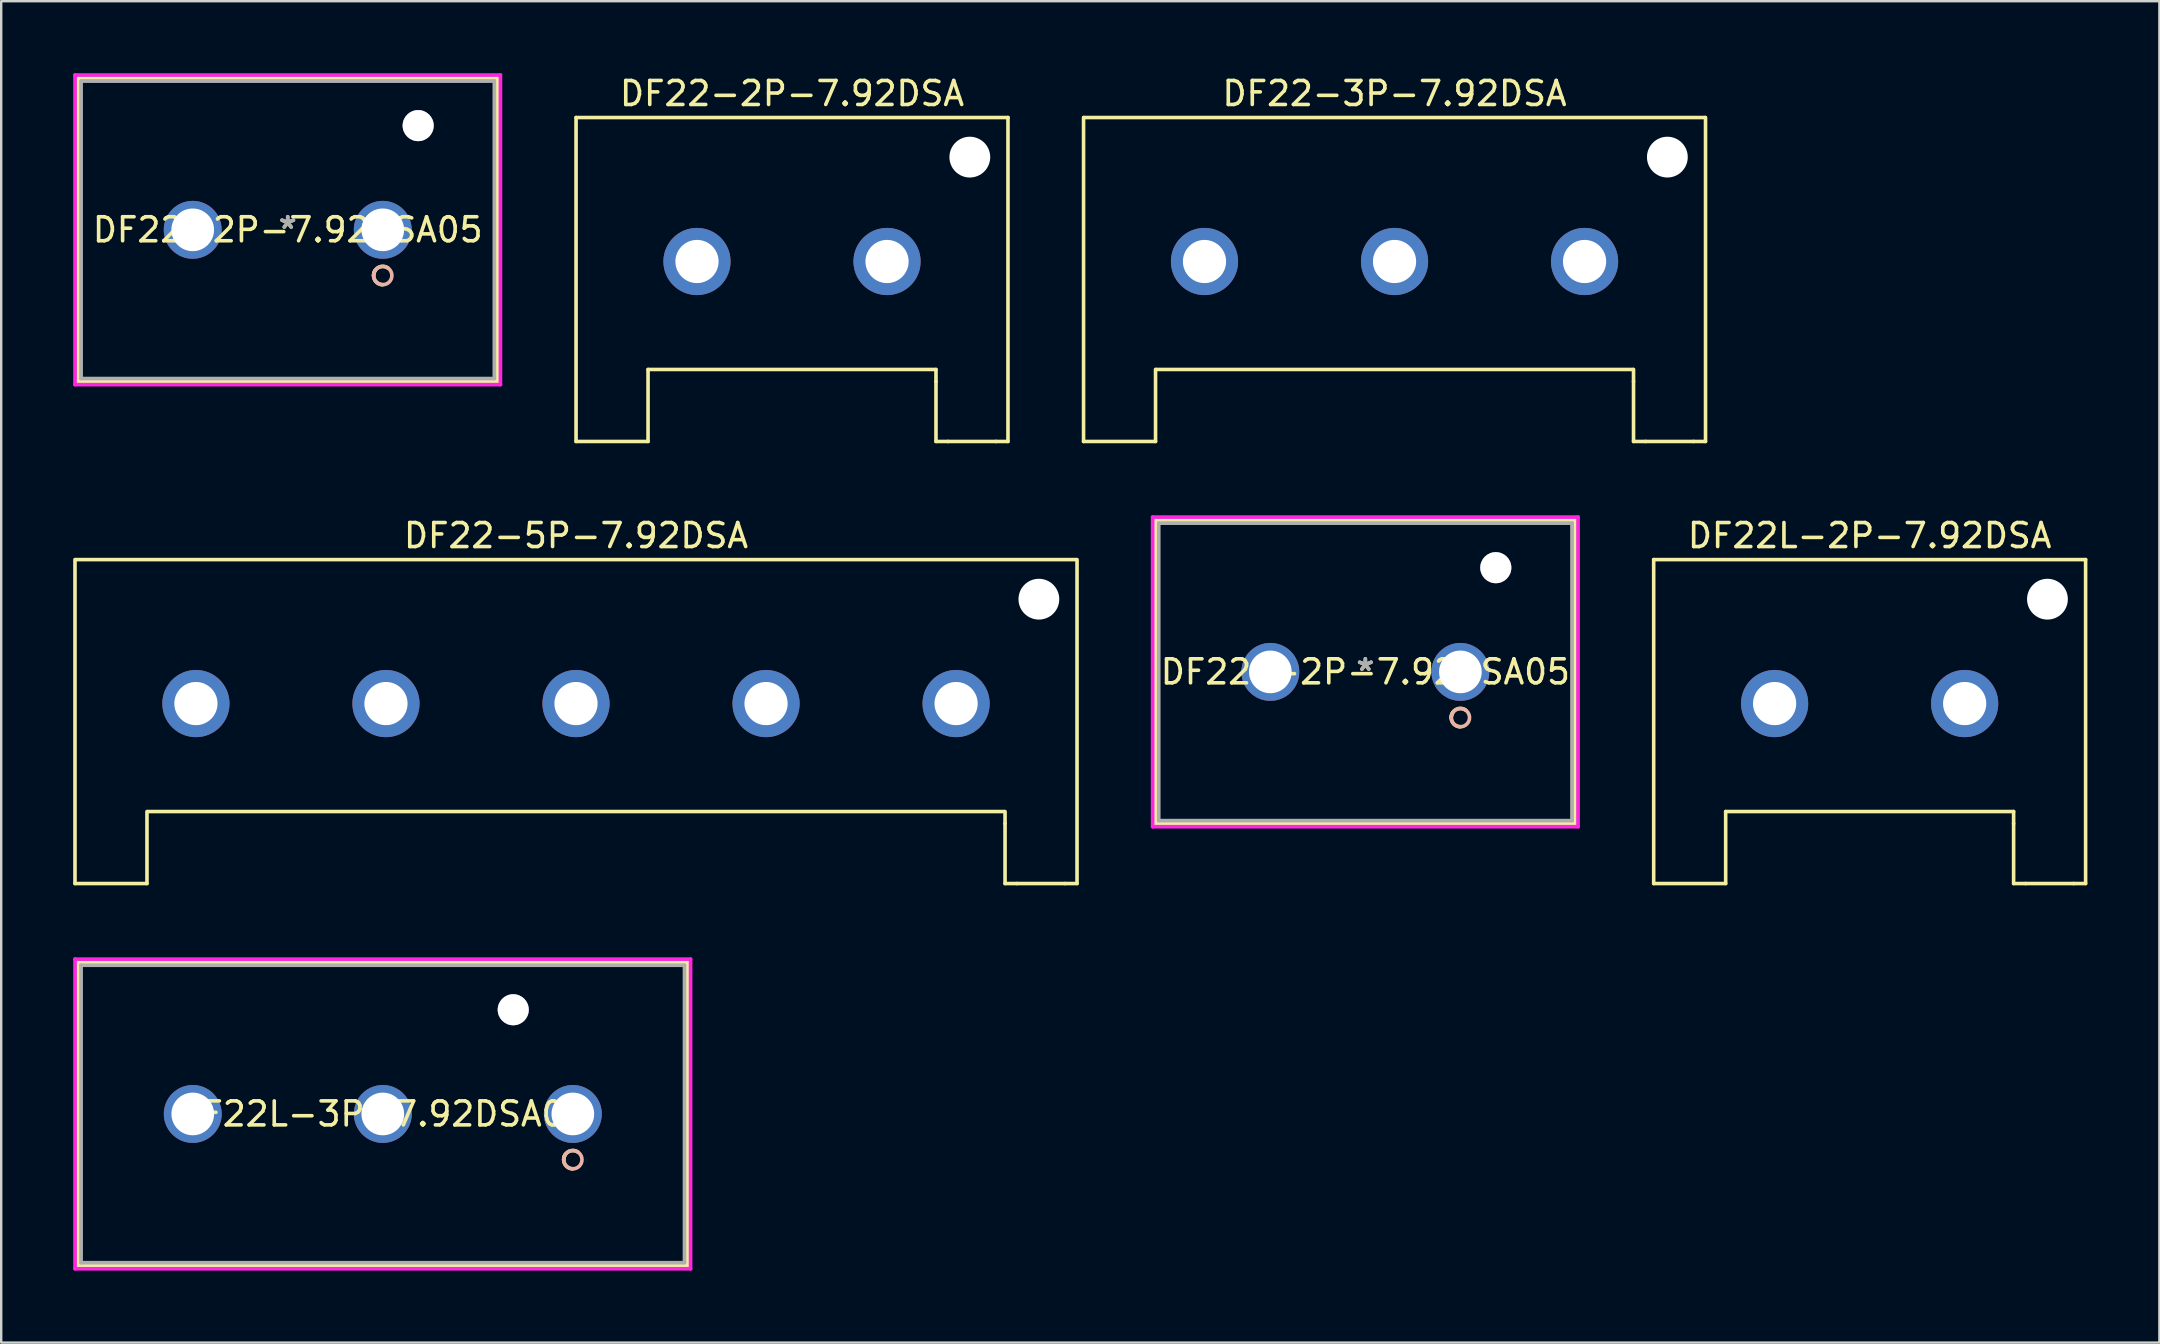
<source format=kicad_pcb>
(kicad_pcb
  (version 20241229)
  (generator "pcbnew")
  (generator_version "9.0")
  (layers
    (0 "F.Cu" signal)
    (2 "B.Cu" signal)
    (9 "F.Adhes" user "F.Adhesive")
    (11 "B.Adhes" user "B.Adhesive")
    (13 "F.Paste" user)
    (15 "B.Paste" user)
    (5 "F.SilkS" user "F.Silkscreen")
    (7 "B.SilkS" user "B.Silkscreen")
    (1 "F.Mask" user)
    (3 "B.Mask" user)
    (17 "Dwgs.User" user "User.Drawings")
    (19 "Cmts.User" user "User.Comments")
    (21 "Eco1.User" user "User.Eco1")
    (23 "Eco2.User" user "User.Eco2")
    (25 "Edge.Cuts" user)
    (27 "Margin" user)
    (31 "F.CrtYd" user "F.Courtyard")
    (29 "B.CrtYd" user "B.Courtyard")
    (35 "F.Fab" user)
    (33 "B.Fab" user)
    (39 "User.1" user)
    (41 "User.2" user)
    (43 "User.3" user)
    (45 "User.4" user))
  (footprint "DF22-2P-7.92DSA05"
    (layer "F.Cu")
    (at 8.941 6.528)
    (property "Reference" "DF22-2P-7.92DSA05" (at 0 0 0) (layer "F.SilkS") (effects (font (size 1 1) (thickness 0.15))))
    (attr through_hole)
    (fp_line (start -8.738 -6.325) (end -8.738 6.325) (stroke (width 0.152) (type solid)) (layer "F.SilkS"))
    (fp_line (start -8.738 6.325) (end 8.738 6.325) (stroke (width 0.152) (type solid)) (layer "F.SilkS"))
    (fp_line (start 8.738 -6.325) (end -8.738 -6.325) (stroke (width 0.152) (type solid)) (layer "F.SilkS"))
    (fp_line (start 8.738 6.325) (end 8.738 -6.325) (stroke (width 0.152) (type solid)) (layer "F.SilkS"))
    (fp_arc (start 3.579 1.905) (mid 3.596315 1.791446) (end 3.646688 1.688213) (stroke (width 0.1524) (type solid)) (layer "F.SilkS"))
    (fp_arc (start 3.96 2.286) (mid 3.596315 1.791446) (end 4.176787 1.591688) (stroke (width 0.1524) (type solid)) (layer "F.SilkS"))
    (fp_circle (center 3.96 1.905) (end 4.341 1.905) (stroke (width 0.152) (type solid)) (fill no) (layer "B.SilkS"))
    (fp_line (start -8.865 -6.452) (end -8.865 6.452) (stroke (width 0.152) (type solid)) (layer "F.CrtYd"))
    (fp_line (start -8.865 6.452) (end 8.865 6.452) (stroke (width 0.152) (type solid)) (layer "F.CrtYd"))
    (fp_line (start 8.865 -6.452) (end -8.865 -6.452) (stroke (width 0.152) (type solid)) (layer "F.CrtYd"))
    (fp_line (start 8.865 6.452) (end 8.865 -6.452) (stroke (width 0.152) (type solid)) (layer "F.CrtYd"))
    (fp_line (start -8.611 -6.198) (end -8.611 6.198) (stroke (width 0.152) (type solid)) (layer "F.Fab"))
    (fp_line (start -8.611 6.198) (end 8.611 6.198) (stroke (width 0.152) (type solid)) (layer "F.Fab"))
    (fp_line (start 8.611 -6.198) (end -8.611 -6.198) (stroke (width 0.152) (type solid)) (layer "F.Fab"))
    (fp_line (start 8.611 6.198) (end 8.611 -6.198) (stroke (width 0.152) (type solid)) (layer "F.Fab"))
    (fp_circle (center 3.96 0) (end 4.214 0) (stroke (width 0.152) (type solid)) (fill no) (layer "F.Fab"))
    (fp_text user "*" (at 0 0 0) (layer "F.SilkS") (effects (font (size 1 1) (thickness 0.15))))
    (fp_text user "Copyright 2016 Accelerated Designs. All rights reserved." (at 0 0 0) (layer "Cmts.User") (effects (font (size 0.127 0.127) (thickness 0.002))))
    (fp_text user "*" (at 0 0 0) (layer "F.Fab") (effects (font (size 1 1) (thickness 0.15))))
    (pad "1" thru_hole circle (at 3.96 0 90) (size 2.413 2.413) (drill 1.778) (layers "*.Cu" "*.Mask"))
    (pad "2" thru_hole circle (at -3.96 0 90) (size 2.413 2.413) (drill 1.778) (layers "*.Cu" "*.Mask"))
    (pad "3" thru_hole circle (at 5.436 -4.343) (size 1.295 1.295) (drill 1.295) (layers "*.Cu" "*.Mask")))
  (footprint "DF22L-2P-7.92DSA05"
    (layer "F.Cu")
    (at 53.851 24.951)
    (property "Reference" "DF22L-2P-7.92DSA05" (at 0 0 0) (layer "F.SilkS") (effects (font (size 1 1) (thickness 0.15))))
    (attr through_hole)
    (fp_line (start -8.738 -6.325) (end -8.738 6.325) (stroke (width 0.152) (type solid)) (layer "F.SilkS"))
    (fp_line (start -8.738 6.325) (end 8.738 6.325) (stroke (width 0.152) (type solid)) (layer "F.SilkS"))
    (fp_line (start 8.738 -6.325) (end -8.738 -6.325) (stroke (width 0.152) (type solid)) (layer "F.SilkS"))
    (fp_line (start 8.738 6.325) (end 8.738 -6.325) (stroke (width 0.152) (type solid)) (layer "F.SilkS"))
    (fp_arc (start 3.579 1.905) (mid 3.596315 1.791446) (end 3.646688 1.688213) (stroke (width 0.1524) (type solid)) (layer "F.SilkS"))
    (fp_arc (start 3.96 2.286) (mid 3.596315 1.791446) (end 4.176787 1.591688) (stroke (width 0.1524) (type solid)) (layer "F.SilkS"))
    (fp_circle (center 3.96 1.905) (end 4.341 1.905) (stroke (width 0.152) (type solid)) (fill no) (layer "B.SilkS"))
    (fp_line (start -8.865 -6.452) (end -8.865 6.452) (stroke (width 0.152) (type solid)) (layer "F.CrtYd"))
    (fp_line (start -8.865 6.452) (end 8.865 6.452) (stroke (width 0.152) (type solid)) (layer "F.CrtYd"))
    (fp_line (start 8.865 -6.452) (end -8.865 -6.452) (stroke (width 0.152) (type solid)) (layer "F.CrtYd"))
    (fp_line (start 8.865 6.452) (end 8.865 -6.452) (stroke (width 0.152) (type solid)) (layer "F.CrtYd"))
    (fp_line (start -8.611 -6.198) (end -8.611 6.198) (stroke (width 0.152) (type solid)) (layer "F.Fab"))
    (fp_line (start -8.611 6.198) (end 8.611 6.198) (stroke (width 0.152) (type solid)) (layer "F.Fab"))
    (fp_line (start 8.611 -6.198) (end -8.611 -6.198) (stroke (width 0.152) (type solid)) (layer "F.Fab"))
    (fp_line (start 8.611 6.198) (end 8.611 -6.198) (stroke (width 0.152) (type solid)) (layer "F.Fab"))
    (fp_circle (center 3.96 0) (end 4.214 0) (stroke (width 0.152) (type solid)) (fill no) (layer "F.Fab"))
    (fp_text user "*" (at 0 0 0) (layer "F.SilkS") (effects (font (size 1 1) (thickness 0.15))))
    (fp_text user "Copyright 2016 Accelerated Designs. All rights reserved." (at 0 0 0) (layer "Cmts.User") (effects (font (size 0.127 0.127) (thickness 0.002))))
    (fp_text user "*" (at 0 0 0) (layer "F.Fab") (effects (font (size 1 1) (thickness 0.15))))
    (pad "1" thru_hole circle (at 3.96 0 90) (size 2.413 2.413) (drill 1.778) (layers "*.Cu" "*.Mask"))
    (pad "2" thru_hole circle (at -3.96 0 90) (size 2.413 2.413) (drill 1.778) (layers "*.Cu" "*.Mask"))
    (pad "3" thru_hole circle (at 5.436 -4.343) (size 1.295 1.295) (drill 1.295) (layers "*.Cu" "*.Mask")))
  (footprint "DF22-3P-7.92DSA"
    (layer "F.Cu")
    (at 55.067 7.848)
    (property "Reference" "DF22-3P-7.92DSA" (at 0 -7 0) (layer "F.SilkS") (effects (font (size 1 1) (thickness 0.15))))
    (attr through_hole)
    (fp_line (start -12.96 -6) (end -12.96 7.5) (stroke (width 0.15) (type solid)) (layer "F.SilkS"))
    (fp_line (start -12.96 7.5) (end -9.96 7.5) (stroke (width 0.15) (type solid)) (layer "F.SilkS"))
    (fp_line (start -12.95 -6) (end 12.95 -6) (stroke (width 0.15) (type solid)) (layer "F.SilkS"))
    (fp_line (start -9.96 7.5) (end -9.96 4.5) (stroke (width 0.15) (type solid)) (layer "F.SilkS"))
    (fp_line (start -9.95 4.5) (end 9.95 4.5) (stroke (width 0.15) (type solid)) (layer "F.SilkS"))
    (fp_line (start 9.96 5) (end 9.96 4.5) (stroke (width 0.15) (type solid)) (layer "F.SilkS"))
    (fp_line (start 9.96 7.5) (end 9.96 5) (stroke (width 0.15) (type solid)) (layer "F.SilkS"))
    (fp_line (start 10.46 7.5) (end 9.96 7.5) (stroke (width 0.15) (type solid)) (layer "F.SilkS"))
    (fp_line (start 10.46 7.5) (end 12.46 7.5) (stroke (width 0.15) (type solid)) (layer "F.SilkS"))
    (fp_line (start 12.46 7.5) (end 12.96 7.5) (stroke (width 0.15) (type solid)) (layer "F.SilkS"))
    (fp_line (start 12.96 7.5) (end 12.96 -6) (stroke (width 0.15) (type solid)) (layer "F.SilkS"))
    (pad "" np_thru_hole circle (at 11.37 -4.35) (size 1.7 1.7) (drill 1.7) (layers "*.Cu" "*.Mask"))
    (pad "1" thru_hole circle (at -7.92 0) (size 2.8 2.8) (drill 1.8) (layers "*.Cu" "*.Mask"))
    (pad "2" thru_hole circle (at 0 0) (size 2.8 2.8) (drill 1.8) (layers "*.Cu" "*.Mask"))
    (pad "3" thru_hole circle (at 7.92 0) (size 2.8 2.8) (drill 1.8) (layers "*.Cu" "*.Mask")))
  (footprint "DF22-2P-7.92DSA"
    (layer "F.Cu")
    (at 29.957 7.848)
    (property "Reference" "DF22-2P-7.92DSA" (at 0 -7 0) (layer "F.SilkS") (effects (font (size 1 1) (thickness 0.15))))
    (attr through_hole)
    (fp_line (start -9 -6) (end -9 7.5) (stroke (width 0.15) (type solid)) (layer "F.SilkS"))
    (fp_line (start -9 7.5) (end -6 7.5) (stroke (width 0.15) (type solid)) (layer "F.SilkS"))
    (fp_line (start -6 7.5) (end -6 4.5) (stroke (width 0.15) (type solid)) (layer "F.SilkS"))
    (fp_line (start 6 4.5) (end -6 4.5) (stroke (width 0.15) (type solid)) (layer "F.SilkS"))
    (fp_line (start 6 5) (end 6 4.5) (stroke (width 0.15) (type solid)) (layer "F.SilkS"))
    (fp_line (start 6 7.5) (end 6 5) (stroke (width 0.15) (type solid)) (layer "F.SilkS"))
    (fp_line (start 6.5 7.5) (end 6 7.5) (stroke (width 0.15) (type solid)) (layer "F.SilkS"))
    (fp_line (start 6.5 7.5) (end 8.5 7.5) (stroke (width 0.15) (type solid)) (layer "F.SilkS"))
    (fp_line (start 8.5 7.5) (end 9 7.5) (stroke (width 0.15) (type solid)) (layer "F.SilkS"))
    (fp_line (start 9 -6) (end -9 -6) (stroke (width 0.15) (type solid)) (layer "F.SilkS"))
    (fp_line (start 9 7.5) (end 9 -6) (stroke (width 0.15) (type solid)) (layer "F.SilkS"))
    (pad "" np_thru_hole circle (at 7.41 -4.35) (size 1.7 1.7) (drill 1.7) (layers "*.Cu" "*.Mask"))
    (pad "1" thru_hole circle (at -3.96 0) (size 2.8 2.8) (drill 1.8) (layers "*.Cu" "*.Mask"))
    (pad "2" thru_hole circle (at 3.96 0) (size 2.8 2.8) (drill 1.8) (layers "*.Cu" "*.Mask")))
  (footprint "DF22L-2P-7.92DSA"
    (layer "F.Cu")
    (at 74.867 26.271)
    (property "Reference" "DF22L-2P-7.92DSA" (at 0 -7 0) (layer "F.SilkS") (effects (font (size 1 1) (thickness 0.15))))
    (attr through_hole)
    (fp_line (start -9 -6) (end -9 7.5) (stroke (width 0.15) (type solid)) (layer "F.SilkS"))
    (fp_line (start -9 7.5) (end -6 7.5) (stroke (width 0.15) (type solid)) (layer "F.SilkS"))
    (fp_line (start -6 7.5) (end -6 4.5) (stroke (width 0.15) (type solid)) (layer "F.SilkS"))
    (fp_line (start 6 4.5) (end -6 4.5) (stroke (width 0.15) (type solid)) (layer "F.SilkS"))
    (fp_line (start 6 5) (end 6 4.5) (stroke (width 0.15) (type solid)) (layer "F.SilkS"))
    (fp_line (start 6 7.5) (end 6 5) (stroke (width 0.15) (type solid)) (layer "F.SilkS"))
    (fp_line (start 6.5 7.5) (end 6 7.5) (stroke (width 0.15) (type solid)) (layer "F.SilkS"))
    (fp_line (start 6.5 7.5) (end 8.5 7.5) (stroke (width 0.15) (type solid)) (layer "F.SilkS"))
    (fp_line (start 8.5 7.5) (end 9 7.5) (stroke (width 0.15) (type solid)) (layer "F.SilkS"))
    (fp_line (start 9 -6) (end -9 -6) (stroke (width 0.15) (type solid)) (layer "F.SilkS"))
    (fp_line (start 9 7.5) (end 9 -6) (stroke (width 0.15) (type solid)) (layer "F.SilkS"))
    (pad "" np_thru_hole circle (at 7.41 -4.35) (size 1.7 1.7) (drill 1.7) (layers "*.Cu" "*.Mask"))
    (pad "1" thru_hole circle (at -3.96 0) (size 2.8 2.8) (drill 1.8) (layers "*.Cu" "*.Mask"))
    (pad "2" thru_hole circle (at 3.96 0) (size 2.8 2.8) (drill 1.8) (layers "*.Cu" "*.Mask")))
  (footprint "DF22L-3P-7.92DSA05"
    (layer "F.Cu")
    (at 12.903 43.374)
    (property "Reference" "DF22L-3P-7.92DSA05" (at 0 0 0) (layer "F.SilkS") (effects (font (size 1 1) (thickness 0.15))))
    (attr through_hole)
    (fp_line (start -12.7 -6.325) (end -12.7 6.325) (stroke (width 0.152) (type solid)) (layer "F.SilkS"))
    (fp_line (start -12.7 6.325) (end 12.7 6.325) (stroke (width 0.152) (type solid)) (layer "F.SilkS"))
    (fp_line (start 12.7 -6.325) (end -12.7 -6.325) (stroke (width 0.152) (type solid)) (layer "F.SilkS"))
    (fp_line (start 12.7 6.325) (end 12.7 -6.325) (stroke (width 0.152) (type solid)) (layer "F.SilkS"))
    (fp_arc (start 7.539 1.905) (mid 7.556315 1.791446) (end 7.606688 1.688213) (stroke (width 0.1524) (type solid)) (layer "F.SilkS"))
    (fp_arc (start 7.92 2.286) (mid 7.556315 1.791446) (end 8.136787 1.591688) (stroke (width 0.1524) (type solid)) (layer "F.SilkS"))
    (fp_circle (center 7.92 1.905) (end 8.301 1.905) (stroke (width 0.152) (type solid)) (fill no) (layer "B.SilkS"))
    (fp_line (start -12.827 -6.452) (end -12.827 6.452) (stroke (width 0.152) (type solid)) (layer "F.CrtYd"))
    (fp_line (start -12.827 6.452) (end 12.827 6.452) (stroke (width 0.152) (type solid)) (layer "F.CrtYd"))
    (fp_line (start 12.827 -6.452) (end -12.827 -6.452) (stroke (width 0.152) (type solid)) (layer "F.CrtYd"))
    (fp_line (start 12.827 6.452) (end 12.827 -6.452) (stroke (width 0.152) (type solid)) (layer "F.CrtYd"))
    (fp_line (start -12.573 -6.198) (end -12.573 6.198) (stroke (width 0.152) (type solid)) (layer "F.Fab"))
    (fp_line (start -12.573 6.198) (end 12.573 6.198) (stroke (width 0.152) (type solid)) (layer "F.Fab"))
    (fp_line (start 12.573 -6.198) (end -12.573 -6.198) (stroke (width 0.152) (type solid)) (layer "F.Fab"))
    (fp_line (start 12.573 6.198) (end 12.573 -6.198) (stroke (width 0.152) (type solid)) (layer "F.Fab"))
    (fp_circle (center 7.92 0) (end 8.174 0) (stroke (width 0.152) (type solid)) (fill no) (layer "F.Fab"))
    (fp_text user "*" (at 0 0 0) (layer "F.SilkS") (effects (font (size 1 1) (thickness 0.15))))
    (fp_text user "Copyright 2016 Accelerated Designs. All rights reserved." (at 0 0 0) (layer "Cmts.User") (effects (font (size 0.127 0.127) (thickness 0.002))))
    (fp_text user "*" (at 0 0 0) (layer "F.Fab") (effects (font (size 1 1) (thickness 0.15))))
    (pad "1" thru_hole circle (at 7.92 0 90) (size 2.413 2.413) (drill 1.778) (layers "*.Cu" "*.Mask"))
    (pad "2" thru_hole circle (at 0 0 90) (size 2.413 2.413) (drill 1.778) (layers "*.Cu" "*.Mask"))
    (pad "3" thru_hole circle (at -7.92 0 90) (size 2.413 2.413) (drill 1.778) (layers "*.Cu" "*.Mask"))
    (pad "4" thru_hole circle (at 5.436 -4.343) (size 1.295 1.295) (drill 1.295) (layers "*.Cu" "*.Mask")))
  (footprint "DF22-5P-7.92DSA"
    (layer "F.Cu")
    (at 20.955 26.271)
    (property "Reference" "DF22-5P-7.92DSA" (at 0 -7 0) (layer "F.SilkS") (effects (font (size 1 1) (thickness 0.15))))
    (attr through_hole)
    (fp_line (start -20.88 -6) (end -20.88 7.5) (stroke (width 0.15) (type solid)) (layer "F.SilkS"))
    (fp_line (start -20.88 7.5) (end -17.88 7.5) (stroke (width 0.15) (type solid)) (layer "F.SilkS"))
    (fp_line (start -17.88 7.5) (end -17.88 4.5) (stroke (width 0.15) (type solid)) (layer "F.SilkS"))
    (fp_line (start 17.85 4.5) (end -17.85 4.5) (stroke (width 0.15) (type solid)) (layer "F.SilkS"))
    (fp_line (start 17.88 5) (end 17.88 4.5) (stroke (width 0.15) (type solid)) (layer "F.SilkS"))
    (fp_line (start 17.88 7.5) (end 17.88 5) (stroke (width 0.15) (type solid)) (layer "F.SilkS"))
    (fp_line (start 18.38 7.5) (end 17.88 7.5) (stroke (width 0.15) (type solid)) (layer "F.SilkS"))
    (fp_line (start 18.38 7.5) (end 20.38 7.5) (stroke (width 0.15) (type solid)) (layer "F.SilkS"))
    (fp_line (start 20.38 7.5) (end 20.88 7.5) (stroke (width 0.15) (type solid)) (layer "F.SilkS"))
    (fp_line (start 20.85 -6) (end -20.85 -6) (stroke (width 0.15) (type solid)) (layer "F.SilkS"))
    (fp_line (start 20.88 7.5) (end 20.88 -6) (stroke (width 0.15) (type solid)) (layer "F.SilkS"))
    (pad "" np_thru_hole circle (at 19.29 -4.35) (size 1.7 1.7) (drill 1.7) (layers "*.Cu" "*.Mask"))
    (pad "1" thru_hole circle (at -15.84 0) (size 2.8 2.8) (drill 1.8) (layers "*.Cu" "*.Mask"))
    (pad "2" thru_hole circle (at -7.92 0) (size 2.8 2.8) (drill 1.8) (layers "*.Cu" "*.Mask"))
    (pad "3" thru_hole circle (at 0 0) (size 2.8 2.8) (drill 1.8) (layers "*.Cu" "*.Mask"))
    (pad "4" thru_hole circle (at 7.92 0) (size 2.8 2.8) (drill 1.8) (layers "*.Cu" "*.Mask"))
    (pad "5" thru_hole circle (at 15.84 0) (size 2.8 2.8) (drill 1.8) (layers "*.Cu" "*.Mask")))
  (gr_rect
    (start -3 -3)
    (end 86.942 52.902)
    (stroke (width 0.1) (type default))
    (fill no)
    (layer "Edge.Cuts")))
</source>
